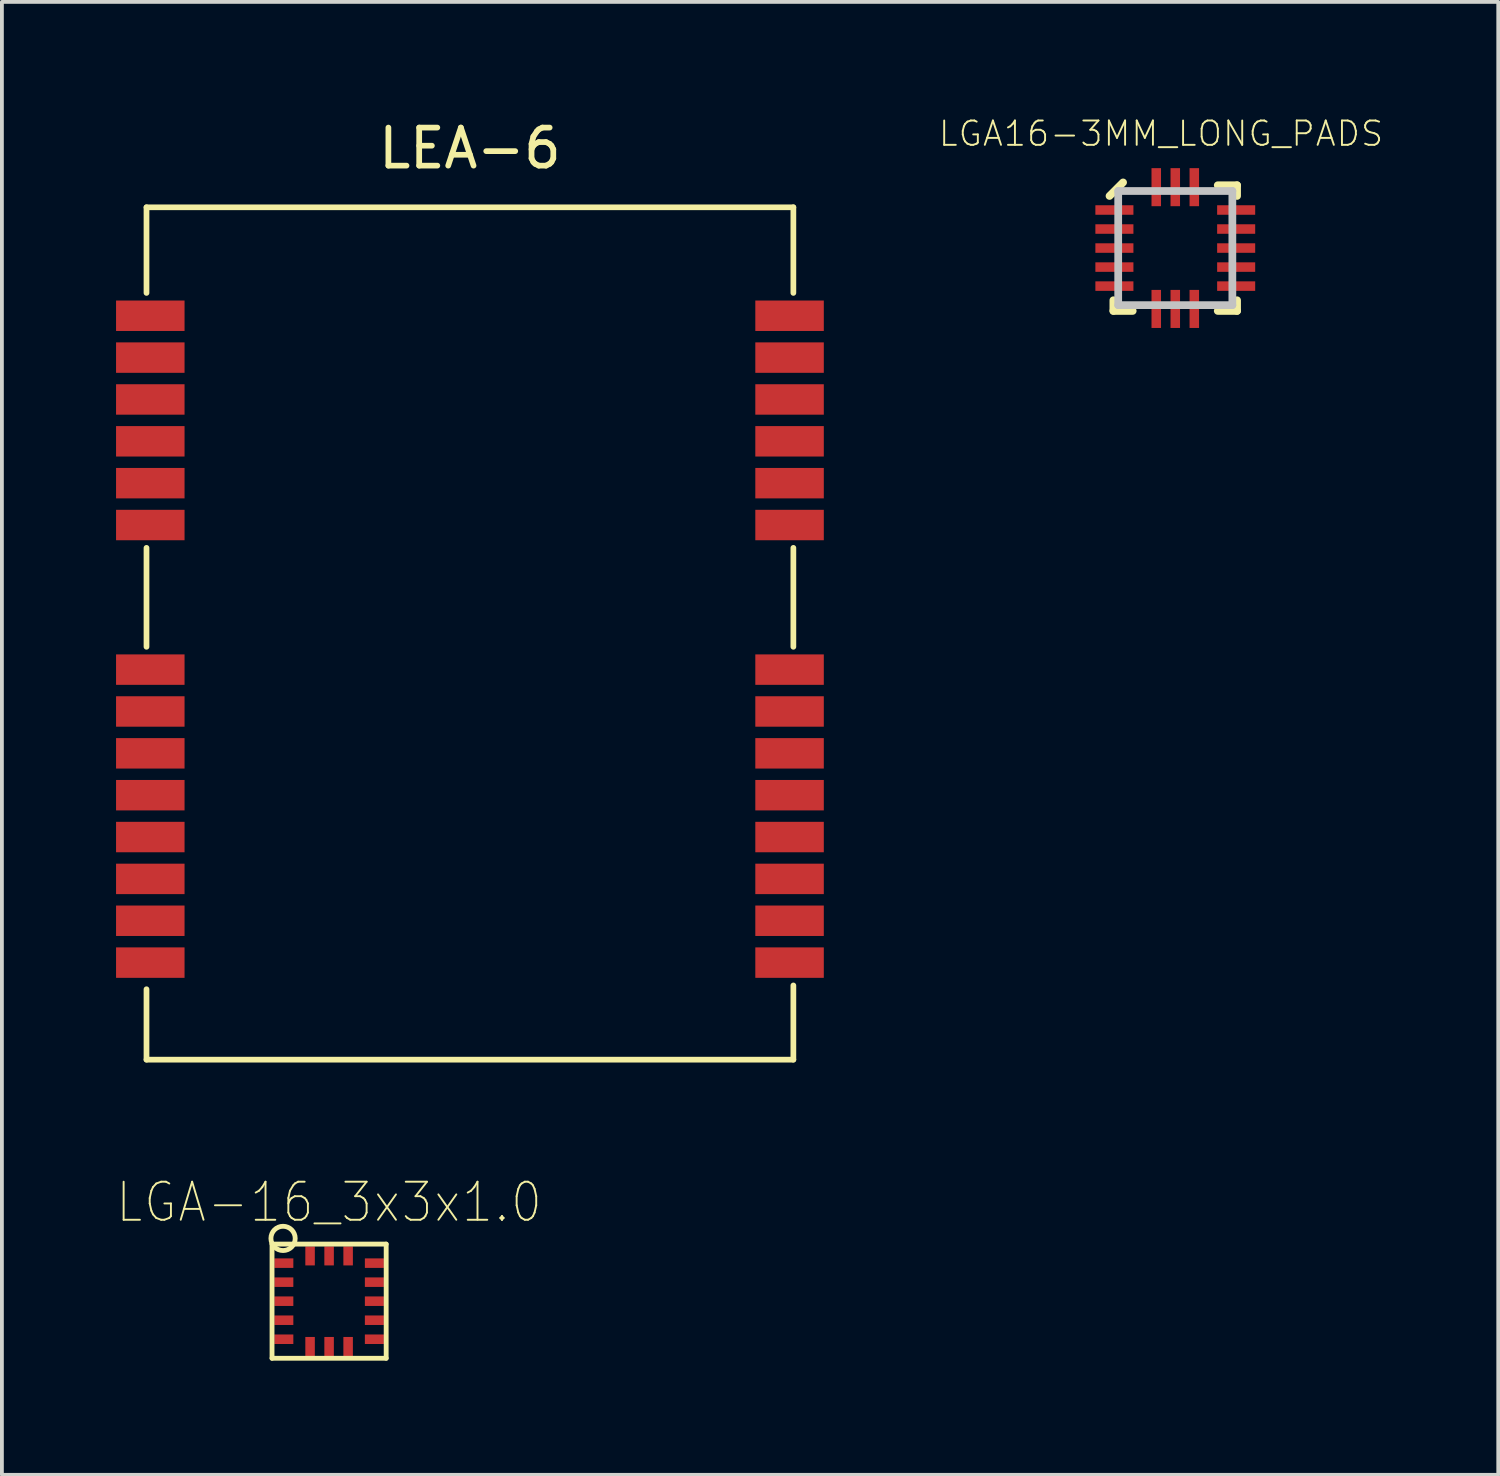
<source format=kicad_pcb>
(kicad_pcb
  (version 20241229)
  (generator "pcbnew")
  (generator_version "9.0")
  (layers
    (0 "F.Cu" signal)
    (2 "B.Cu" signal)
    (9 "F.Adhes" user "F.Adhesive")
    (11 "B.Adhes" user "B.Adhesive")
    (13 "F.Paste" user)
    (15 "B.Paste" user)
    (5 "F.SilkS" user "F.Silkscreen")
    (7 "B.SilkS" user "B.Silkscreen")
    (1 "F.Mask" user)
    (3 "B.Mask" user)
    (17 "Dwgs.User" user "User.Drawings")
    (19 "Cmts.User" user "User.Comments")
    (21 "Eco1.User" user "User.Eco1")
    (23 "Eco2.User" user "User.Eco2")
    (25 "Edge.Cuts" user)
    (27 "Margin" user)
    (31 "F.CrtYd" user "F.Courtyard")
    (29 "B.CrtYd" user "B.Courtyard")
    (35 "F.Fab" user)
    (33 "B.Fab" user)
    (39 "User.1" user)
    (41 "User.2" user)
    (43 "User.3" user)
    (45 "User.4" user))
  (footprint "LGA16-3MM_LONG_PADS"
    (layer "F.Cu")
    (at 27.837 3.469)
    (property "Reference" "LGA16-3MM_LONG_PADS" (at -0.374 -3.006 0) (layer "F.SilkS") (effects (font (size 0.64 0.64) (thickness 0.05))))
    (attr smd)
    (fp_line (start -1.728 -1.369) (end -1.372 -1.725) (stroke (width 0.203) (type solid)) (layer "F.SilkS"))
    (fp_line (start -1.627 1.372) (end -1.627 1.652) (stroke (width 0.203) (type solid)) (layer "F.SilkS"))
    (fp_line (start -1.627 1.652) (end -1.119 1.652) (stroke (width 0.203) (type solid)) (layer "F.SilkS"))
    (fp_line (start 1.116 -1.65) (end 1.624 -1.65) (stroke (width 0.203) (type solid)) (layer "F.SilkS"))
    (fp_line (start 1.116 1.652) (end 1.624 1.652) (stroke (width 0.203) (type solid)) (layer "F.SilkS"))
    (fp_line (start 1.624 -1.65) (end 1.624 -1.369) (stroke (width 0.203) (type solid)) (layer "F.SilkS"))
    (fp_line (start 1.624 1.372) (end 1.624 1.652) (stroke (width 0.203) (type solid)) (layer "F.SilkS"))
    (fp_line (start -1.5 -1.5) (end 1.5 -1.5) (stroke (width 0.203) (type solid)) (layer "Dwgs.User"))
    (fp_line (start -1.5 1.5) (end -1.5 -1.5) (stroke (width 0.203) (type solid)) (layer "Dwgs.User"))
    (fp_line (start 1.5 -1.5) (end 1.5 1.5) (stroke (width 0.203) (type solid)) (layer "Dwgs.User"))
    (fp_line (start 1.5 1.5) (end -1.5 1.5) (stroke (width 0.203) (type solid)) (layer "Dwgs.User"))
    (pad "1" smd rect (at -1.6 -1 180) (size 1 0.25) (layers "F.Cu" "F.Mask" "F.Paste"))
    (pad "2" smd rect (at -1.6 -0.5) (size 1 0.25) (layers "F.Cu" "F.Mask" "F.Paste"))
    (pad "3" smd rect (at -1.6 0) (size 1 0.25) (layers "F.Cu" "F.Mask" "F.Paste"))
    (pad "4" smd rect (at -1.6 0.5) (size 1 0.25) (layers "F.Cu" "F.Mask" "F.Paste"))
    (pad "5" smd rect (at -1.6 1 180) (size 1 0.25) (layers "F.Cu" "F.Mask" "F.Paste"))
    (pad "6" smd rect (at -0.5 1.6 90) (size 1 0.25) (layers "F.Cu" "F.Mask" "F.Paste"))
    (pad "7" smd rect (at 0 1.6 90) (size 1 0.25) (layers "F.Cu" "F.Mask" "F.Paste"))
    (pad "8" smd rect (at 0.5 1.6 90) (size 1 0.25) (layers "F.Cu" "F.Mask" "F.Paste"))
    (pad "9" smd rect (at 1.6 1 180) (size 1 0.25) (layers "F.Cu" "F.Mask" "F.Paste"))
    (pad "10" smd rect (at 1.6 0.5 180) (size 1 0.25) (layers "F.Cu" "F.Mask" "F.Paste"))
    (pad "11" smd rect (at 1.6 0 180) (size 1 0.25) (layers "F.Cu" "F.Mask" "F.Paste"))
    (pad "12" smd rect (at 1.6 -0.5 180) (size 1 0.25) (layers "F.Cu" "F.Mask" "F.Paste"))
    (pad "13" smd rect (at 1.6 -1 180) (size 1 0.25) (layers "F.Cu" "F.Mask" "F.Paste"))
    (pad "14" smd rect (at 0.5 -1.6 270) (size 1 0.25) (layers "F.Cu" "F.Mask" "F.Paste"))
    (pad "15" smd rect (at 0 -1.6 270) (size 1 0.25) (layers "F.Cu" "F.Mask" "F.Paste"))
    (pad "16" smd rect (at -0.5 -1.6 270) (size 1 0.25) (layers "F.Cu" "F.Mask" "F.Paste")))
  (footprint "LGA-16_3x3x1.0"
    (layer "F.Cu")
    (at 5.599 31.146)
    (property "Reference" "LGA-16_3x3x1.0" (at 0 -2.6 0) (layer "F.SilkS") (effects (font (size 1 0.9) (thickness 0.05))))
    (attr smd)
    (fp_line (start -1.5 -1.5) (end 1.5 -1.5) (stroke (width 0.127) (type solid)) (layer "F.SilkS"))
    (fp_line (start -1.5 1.5) (end -1.5 -1.5) (stroke (width 0.127) (type solid)) (layer "F.SilkS"))
    (fp_line (start 1.5 -1.5) (end 1.5 1.5) (stroke (width 0.127) (type solid)) (layer "F.SilkS"))
    (fp_line (start 1.5 1.5) (end -1.5 1.5) (stroke (width 0.127) (type solid)) (layer "F.SilkS"))
    (fp_circle (center -1.21 -1.65) (end -0.891 -1.65) (stroke (width 0.127) (type solid)) (fill no) (layer "F.SilkS"))
    (pad "1" smd rect (at -1.19 -1 180) (size 0.5 0.25) (layers "F.Cu" "F.Mask" "F.Paste"))
    (pad "2" smd rect (at -1.19 -0.5 180) (size 0.5 0.25) (layers "F.Cu" "F.Mask" "F.Paste"))
    (pad "3" smd rect (at -1.19 0 180) (size 0.5 0.25) (layers "F.Cu" "F.Mask" "F.Paste"))
    (pad "4" smd rect (at -1.19 0.5 180) (size 0.5 0.25) (layers "F.Cu" "F.Mask" "F.Paste"))
    (pad "5" smd rect (at -1.19 1 180) (size 0.5 0.25) (layers "F.Cu" "F.Mask" "F.Paste"))
    (pad "6" smd rect (at -0.5 1.19 270) (size 0.5 0.25) (layers "F.Cu" "F.Mask" "F.Paste"))
    (pad "7" smd rect (at 0 1.19 270) (size 0.5 0.25) (layers "F.Cu" "F.Mask" "F.Paste"))
    (pad "8" smd rect (at 0.5 1.19 270) (size 0.5 0.25) (layers "F.Cu" "F.Mask" "F.Paste"))
    (pad "9" smd rect (at 1.19 1) (size 0.5 0.25) (layers "F.Cu" "F.Mask" "F.Paste"))
    (pad "10" smd rect (at 1.19 0.5) (size 0.5 0.25) (layers "F.Cu" "F.Mask" "F.Paste"))
    (pad "11" smd rect (at 1.19 0) (size 0.5 0.25) (layers "F.Cu" "F.Mask" "F.Paste"))
    (pad "12" smd rect (at 1.19 -0.5) (size 0.5 0.25) (layers "F.Cu" "F.Mask" "F.Paste"))
    (pad "13" smd rect (at 1.19 -1) (size 0.5 0.25) (layers "F.Cu" "F.Mask" "F.Paste"))
    (pad "14" smd rect (at 0.5 -1.19 90) (size 0.5 0.25) (layers "F.Cu" "F.Mask" "F.Paste"))
    (pad "15" smd rect (at 0 -1.19 90) (size 0.5 0.25) (layers "F.Cu" "F.Mask" "F.Paste"))
    (pad "16" smd rect (at -0.5 -1.19 90) (size 0.5 0.25) (layers "F.Cu" "F.Mask" "F.Paste")))
  (footprint "LEA-6"
    (layer "F.Cu")
    (at 9.3 13.748)
    (property "Reference" "LEA-6" (at 0 -12.9 0) (layer "F.SilkS") (effects (font (size 1 1) (thickness 0.15))))
    (attr through_hole)
    (fp_line (start -8.5 -11.35) (end 8.5 -11.35) (stroke (width 0.15) (type solid)) (layer "F.SilkS"))
    (fp_line (start -8.5 -9.1) (end -8.5 -11.35) (stroke (width 0.15) (type solid)) (layer "F.SilkS"))
    (fp_line (start -8.5 0.2) (end -8.5 -2.4) (stroke (width 0.15) (type solid)) (layer "F.SilkS"))
    (fp_line (start -8.5 11.05) (end -8.5 9.2) (stroke (width 0.15) (type solid)) (layer "F.SilkS"))
    (fp_line (start 8.5 -11.35) (end 8.5 -9.1) (stroke (width 0.15) (type solid)) (layer "F.SilkS"))
    (fp_line (start 8.5 0.2) (end 8.5 -2.4) (stroke (width 0.15) (type solid)) (layer "F.SilkS"))
    (fp_line (start 8.5 9.1) (end 8.5 11.05) (stroke (width 0.15) (type solid)) (layer "F.SilkS"))
    (fp_line (start 8.5 11.05) (end -8.5 11.05) (stroke (width 0.15) (type solid)) (layer "F.SilkS"))
    (pad "1" smd rect (at 8.4 8.5) (size 1.8 0.8) (layers "F.Cu" "F.Mask" "F.Paste"))
    (pad "2" smd rect (at 8.4 7.4) (size 1.8 0.8) (layers "F.Cu" "F.Mask" "F.Paste"))
    (pad "3" smd rect (at 8.4 6.3) (size 1.8 0.8) (layers "F.Cu" "F.Mask" "F.Paste"))
    (pad "4" smd rect (at 8.4 5.2) (size 1.8 0.8) (layers "F.Cu" "F.Mask" "F.Paste"))
    (pad "5" smd rect (at 8.4 4.1) (size 1.8 0.8) (layers "F.Cu" "F.Mask" "F.Paste"))
    (pad "6" smd rect (at 8.4 3) (size 1.8 0.8) (layers "F.Cu" "F.Mask" "F.Paste"))
    (pad "7" smd rect (at 8.4 1.9) (size 1.8 0.8) (layers "F.Cu" "F.Mask" "F.Paste"))
    (pad "8" smd rect (at 8.4 0.8) (size 1.8 0.8) (layers "F.Cu" "F.Mask" "F.Paste"))
    (pad "9" smd rect (at 8.4 -3) (size 1.8 0.8) (layers "F.Cu" "F.Mask" "F.Paste"))
    (pad "10" smd rect (at 8.4 -4.1) (size 1.8 0.8) (layers "F.Cu" "F.Mask" "F.Paste"))
    (pad "11" smd rect (at 8.4 -5.2) (size 1.8 0.8) (layers "F.Cu" "F.Mask" "F.Paste"))
    (pad "12" smd rect (at 8.4 -6.3) (size 1.8 0.8) (layers "F.Cu" "F.Mask" "F.Paste"))
    (pad "13" smd rect (at 8.4 -7.4) (size 1.8 0.8) (layers "F.Cu" "F.Mask" "F.Paste"))
    (pad "14" smd rect (at 8.4 -8.5) (size 1.8 0.8) (layers "F.Cu" "F.Mask" "F.Paste"))
    (pad "15" smd rect (at -8.4 -8.5) (size 1.8 0.8) (layers "F.Cu" "F.Mask" "F.Paste"))
    (pad "16" smd rect (at -8.4 -7.4) (size 1.8 0.8) (layers "F.Cu" "F.Mask" "F.Paste"))
    (pad "17" smd rect (at -8.4 -6.3) (size 1.8 0.8) (layers "F.Cu" "F.Mask" "F.Paste"))
    (pad "18" smd rect (at -8.4 -5.2) (size 1.8 0.8) (layers "F.Cu" "F.Mask" "F.Paste"))
    (pad "19" smd rect (at -8.4 -4.1) (size 1.8 0.8) (layers "F.Cu" "F.Mask" "F.Paste"))
    (pad "20" smd rect (at -8.4 -3) (size 1.8 0.8) (layers "F.Cu" "F.Mask" "F.Paste"))
    (pad "21" smd rect (at -8.4 0.8) (size 1.8 0.8) (layers "F.Cu" "F.Mask" "F.Paste"))
    (pad "22" smd rect (at -8.4 1.9) (size 1.8 0.8) (layers "F.Cu" "F.Mask" "F.Paste"))
    (pad "23" smd rect (at -8.4 3) (size 1.8 0.8) (layers "F.Cu" "F.Mask" "F.Paste"))
    (pad "24" smd rect (at -8.4 4.1) (size 1.8 0.8) (layers "F.Cu" "F.Mask" "F.Paste"))
    (pad "25" smd rect (at -8.4 5.2) (size 1.8 0.8) (layers "F.Cu" "F.Mask" "F.Paste"))
    (pad "26" smd rect (at -8.4 6.3) (size 1.8 0.8) (layers "F.Cu" "F.Mask" "F.Paste"))
    (pad "27" smd rect (at -8.4 7.4) (size 1.8 0.8) (layers "F.Cu" "F.Mask" "F.Paste"))
    (pad "28" smd rect (at -8.4 8.5) (size 1.8 0.8) (layers "F.Cu" "F.Mask" "F.Paste")))
  (gr_rect
    (start -3 -3)
    (end 36.325 35.709)
    (stroke (width 0.1) (type default))
    (fill no)
    (layer "Edge.Cuts")))
</source>
